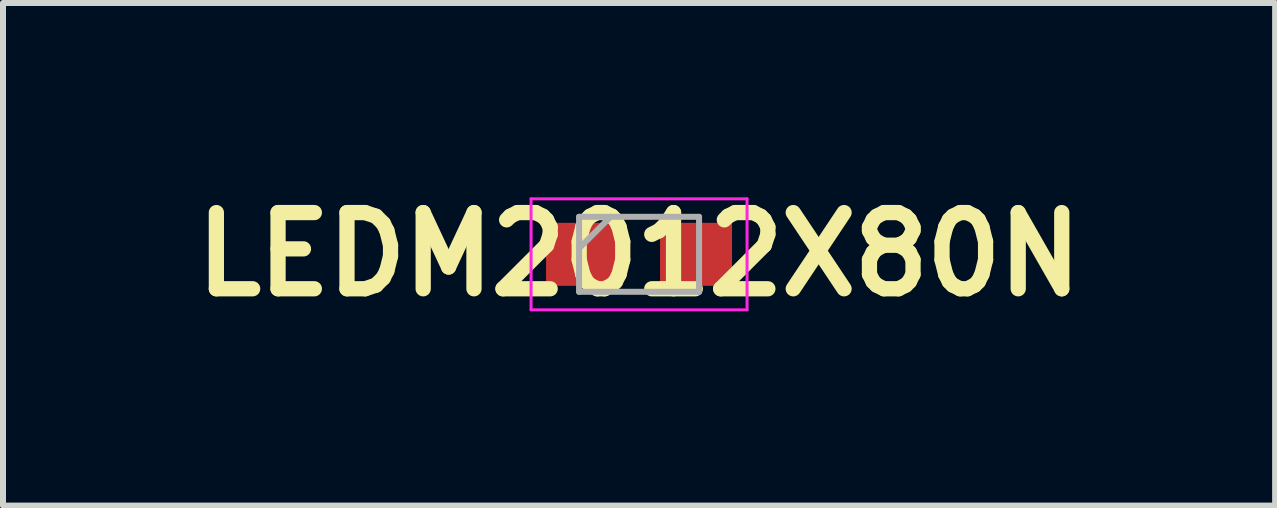
<source format=kicad_pcb>
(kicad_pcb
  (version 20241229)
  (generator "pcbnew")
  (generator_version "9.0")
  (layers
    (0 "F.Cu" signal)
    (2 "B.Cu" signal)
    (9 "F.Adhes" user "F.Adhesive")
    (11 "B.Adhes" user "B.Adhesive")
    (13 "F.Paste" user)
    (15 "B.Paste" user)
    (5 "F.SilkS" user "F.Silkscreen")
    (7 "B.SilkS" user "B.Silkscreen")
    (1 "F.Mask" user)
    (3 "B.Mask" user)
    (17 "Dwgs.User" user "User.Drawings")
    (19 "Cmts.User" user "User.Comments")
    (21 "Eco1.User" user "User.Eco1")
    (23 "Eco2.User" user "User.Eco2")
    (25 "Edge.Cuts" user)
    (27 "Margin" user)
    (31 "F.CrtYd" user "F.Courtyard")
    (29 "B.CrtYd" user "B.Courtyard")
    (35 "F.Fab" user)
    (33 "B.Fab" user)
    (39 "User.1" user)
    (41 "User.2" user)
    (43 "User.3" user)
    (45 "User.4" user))
  (footprint "LEDM2012X80N"
    (layer "F.Cu")
    (at 7.602 1.189)
    (property "Reference" "LEDM2012X80N" (at 0 0 0) (layer "F.SilkS") (effects (font (size 1.27 1.27) (thickness 0.254))))
    (attr smd)
    (fp_line (start -1.8 -0.925) (end 1.8 -0.925) (stroke (width 0.05) (type solid)) (layer "F.CrtYd"))
    (fp_line (start -1.8 0.925) (end -1.8 -0.925) (stroke (width 0.05) (type solid)) (layer "F.CrtYd"))
    (fp_line (start 1.8 -0.925) (end 1.8 0.925) (stroke (width 0.05) (type solid)) (layer "F.CrtYd"))
    (fp_line (start 1.8 0.925) (end -1.8 0.925) (stroke (width 0.05) (type solid)) (layer "F.CrtYd"))
    (fp_line (start -1 -0.625) (end 1 -0.625) (stroke (width 0.1) (type solid)) (layer "F.Fab"))
    (fp_line (start -1 -0.1) (end -0.475 -0.625) (stroke (width 0.1) (type solid)) (layer "F.Fab"))
    (fp_line (start -1 0.625) (end -1 -0.625) (stroke (width 0.1) (type solid)) (layer "F.Fab"))
    (fp_line (start 1 -0.625) (end 1 0.625) (stroke (width 0.1) (type solid)) (layer "F.Fab"))
    (fp_line (start 1 0.625) (end -1 0.625) (stroke (width 0.1) (type solid)) (layer "F.Fab"))
    (pad "1" smd rect (at -0.95 0 90) (size 1.05 1.2) (layers "F.Cu" "F.Mask" "F.Paste"))
    (pad "2" smd rect (at 0.95 0 90) (size 1.05 1.2) (layers "F.Cu" "F.Mask" "F.Paste")))
  (gr_rect
    (start -3 -3)
    (end 18.204 5.377)
    (stroke (width 0.1) (type default))
    (fill no)
    (layer "Edge.Cuts")))
</source>
